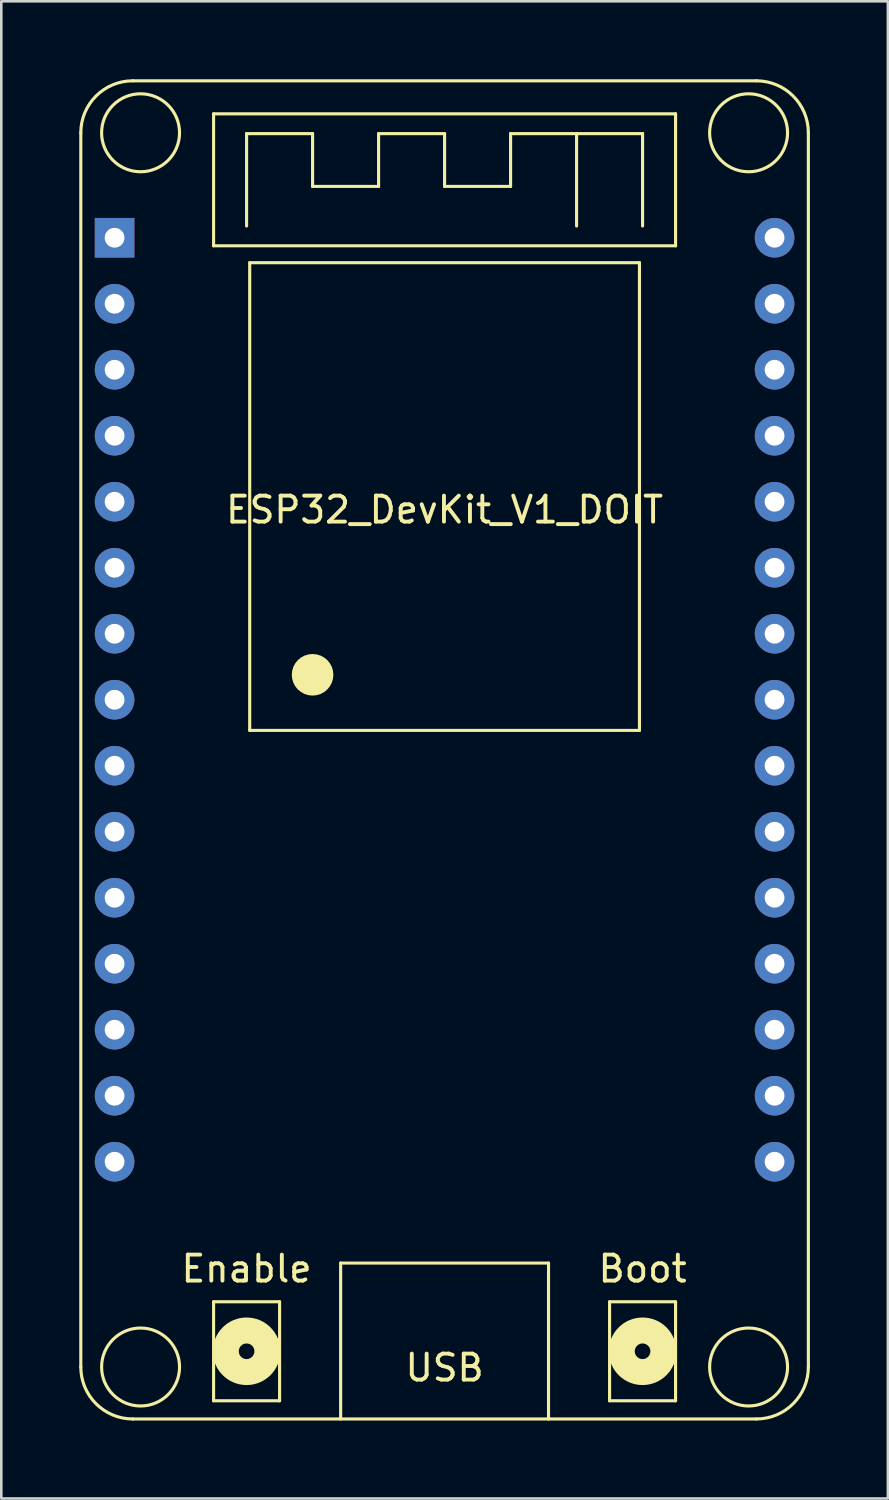
<source format=kicad_pcb>
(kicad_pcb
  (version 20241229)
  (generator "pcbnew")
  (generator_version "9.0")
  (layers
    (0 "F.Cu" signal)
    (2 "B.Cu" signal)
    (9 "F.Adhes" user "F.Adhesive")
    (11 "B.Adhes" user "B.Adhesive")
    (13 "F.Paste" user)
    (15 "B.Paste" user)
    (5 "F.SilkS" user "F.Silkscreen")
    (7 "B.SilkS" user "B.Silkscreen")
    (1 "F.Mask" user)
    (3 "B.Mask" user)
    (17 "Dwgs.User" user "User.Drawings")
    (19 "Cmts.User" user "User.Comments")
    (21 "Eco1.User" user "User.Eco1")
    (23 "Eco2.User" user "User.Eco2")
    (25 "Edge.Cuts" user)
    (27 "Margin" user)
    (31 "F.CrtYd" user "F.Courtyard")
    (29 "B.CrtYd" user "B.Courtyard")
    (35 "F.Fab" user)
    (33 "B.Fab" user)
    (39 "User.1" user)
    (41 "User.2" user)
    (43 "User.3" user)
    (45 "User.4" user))
  (footprint "ESP32_DevKit_V1_DOIT"
    (layer "F.Cu")
    (at 14.06 6.1)
    (property "Reference" "ESP32_DevKit_V1_DOIT" (at 0 10.47 0) (layer "F.SilkS") (effects (font (size 1 1) (thickness 0.15))))
    (attr smd)
    (fp_line (start -14 -4.04) (end -14 43.46) (stroke (width 0.12) (type solid)) (layer "F.SilkS"))
    (fp_line (start -12 -6.04) (end 12 -6.04) (stroke (width 0.12) (type solid)) (layer "F.SilkS"))
    (fp_line (start -12 45.46) (end 12 45.46) (stroke (width 0.12) (type solid)) (layer "F.SilkS"))
    (fp_line (start -8.89 -4.77) (end 8.89 -4.77) (stroke (width 0.12) (type solid)) (layer "F.SilkS"))
    (fp_line (start -8.89 0.31) (end -8.89 -4.77) (stroke (width 0.12) (type solid)) (layer "F.SilkS"))
    (fp_line (start -8.89 40.95) (end -6.35 40.95) (stroke (width 0.12) (type solid)) (layer "F.SilkS"))
    (fp_line (start -8.89 44.76) (end -8.89 40.95) (stroke (width 0.12) (type solid)) (layer "F.SilkS"))
    (fp_line (start -7.62 -4.008) (end -5.08 -4.008) (stroke (width 0.12) (type solid)) (layer "F.SilkS"))
    (fp_line (start -7.62 -0.452) (end -7.62 -4.008) (stroke (width 0.12) (type solid)) (layer "F.SilkS"))
    (fp_line (start -7.5 0.96) (end 7.5 0.96) (stroke (width 0.12) (type solid)) (layer "F.SilkS"))
    (fp_line (start -7.5 18.96) (end -7.5 0.96) (stroke (width 0.12) (type solid)) (layer "F.SilkS"))
    (fp_line (start -6.35 40.95) (end -6.35 44.76) (stroke (width 0.12) (type solid)) (layer "F.SilkS"))
    (fp_line (start -6.35 44.76) (end -8.89 44.76) (stroke (width 0.12) (type solid)) (layer "F.SilkS"))
    (fp_line (start -5.08 -4.008) (end -5.08 -1.976) (stroke (width 0.12) (type solid)) (layer "F.SilkS"))
    (fp_line (start -5.08 -1.976) (end -2.54 -1.976) (stroke (width 0.12) (type solid)) (layer "F.SilkS"))
    (fp_line (start -4 39.46) (end -4 45.46) (stroke (width 0.12) (type solid)) (layer "F.SilkS"))
    (fp_line (start -4 39.46) (end 4 39.46) (stroke (width 0.12) (type solid)) (layer "F.SilkS"))
    (fp_line (start -2.54 -4.008) (end 0 -4.008) (stroke (width 0.12) (type solid)) (layer "F.SilkS"))
    (fp_line (start -2.54 -1.976) (end -2.54 -4.008) (stroke (width 0.12) (type solid)) (layer "F.SilkS"))
    (fp_line (start 0 -4.008) (end 0 -1.976) (stroke (width 0.12) (type solid)) (layer "F.SilkS"))
    (fp_line (start 0 -1.976) (end 2.54 -1.976) (stroke (width 0.12) (type solid)) (layer "F.SilkS"))
    (fp_line (start 2.54 -4.008) (end 7.62 -4.008) (stroke (width 0.12) (type solid)) (layer "F.SilkS"))
    (fp_line (start 2.54 -1.976) (end 2.54 -4.008) (stroke (width 0.12) (type solid)) (layer "F.SilkS"))
    (fp_line (start 4 39.46) (end 4 45.46) (stroke (width 0.12) (type solid)) (layer "F.SilkS"))
    (fp_line (start 5.08 -4.008) (end 5.08 -0.452) (stroke (width 0.12) (type solid)) (layer "F.SilkS"))
    (fp_line (start 6.35 40.95) (end 8.89 40.95) (stroke (width 0.12) (type solid)) (layer "F.SilkS"))
    (fp_line (start 6.35 44.76) (end 6.35 40.95) (stroke (width 0.12) (type solid)) (layer "F.SilkS"))
    (fp_line (start 7.5 0.96) (end 7.5 18.96) (stroke (width 0.12) (type solid)) (layer "F.SilkS"))
    (fp_line (start 7.5 18.96) (end -7.5 18.96) (stroke (width 0.12) (type solid)) (layer "F.SilkS"))
    (fp_line (start 7.62 -4.008) (end 7.62 -0.452) (stroke (width 0.12) (type solid)) (layer "F.SilkS"))
    (fp_line (start 8.89 -4.77) (end 8.89 0.31) (stroke (width 0.12) (type solid)) (layer "F.SilkS"))
    (fp_line (start 8.89 0.31) (end -8.89 0.31) (stroke (width 0.12) (type solid)) (layer "F.SilkS"))
    (fp_line (start 8.89 40.95) (end 8.89 44.76) (stroke (width 0.12) (type solid)) (layer "F.SilkS"))
    (fp_line (start 8.89 44.76) (end 6.35 44.76) (stroke (width 0.12) (type solid)) (layer "F.SilkS"))
    (fp_line (start 14 43.46) (end 14 -4.04) (stroke (width 0.12) (type solid)) (layer "F.SilkS"))
    (fp_arc (start -14 -4.04) (mid -13.414214 -5.454214) (end -12 -6.04) (stroke (width 0.12) (type solid)) (layer "F.SilkS"))
    (fp_arc (start -12 45.46) (mid -13.414214 44.874214) (end -14 43.46) (stroke (width 0.12) (type solid)) (layer "F.SilkS"))
    (fp_arc (start 12 -6.04) (mid 13.414214 -5.454214) (end 14 -4.04) (stroke (width 0.12) (type solid)) (layer "F.SilkS"))
    (fp_arc (start 14 43.46) (mid 13.414214 44.874214) (end 12 45.46) (stroke (width 0.12) (type solid)) (layer "F.SilkS"))
    (fp_circle (center -11.7 -4.04) (end -10.2 -4.04) (stroke (width 0.12) (type solid)) (fill no) (layer "F.SilkS"))
    (fp_circle (center -11.7 43.46) (end -10.2 43.46) (stroke (width 0.12) (type solid)) (fill no) (layer "F.SilkS"))
    (fp_circle (center -7.62 42.855) (end -7.32 42.855) (stroke (width 1) (type solid)) (fill no) (layer "F.SilkS"))
    (fp_circle (center -5.08 16.82) (end -4.68 16.82) (stroke (width 0.8) (type solid)) (fill no) (layer "F.SilkS"))
    (fp_circle (center 7.62 42.855) (end 7.92 42.855) (stroke (width 1) (type solid)) (fill no) (layer "F.SilkS"))
    (fp_circle (center 11.7 -4.04) (end 13.2 -4.04) (stroke (width 0.12) (type solid)) (fill no) (layer "F.SilkS"))
    (fp_circle (center 11.7 43.46) (end 13.2 43.46) (stroke (width 0.12) (type solid)) (fill no) (layer "F.SilkS"))
    (fp_text user "Boot" (at 7.62 39.68 0) (layer "F.SilkS") (effects (font (size 1 1) (thickness 0.15))))
    (fp_text user "Enable" (at -7.62 39.68 0) (layer "F.SilkS") (effects (font (size 1 1) (thickness 0.15))))
    (fp_text user "USB" (at 0 43.49 0) (layer "F.SilkS") (effects (font (size 1 1) (thickness 0.15))))
    (pad "1" thru_hole rect (at -12.7 0) (size 1.524 1.524) (drill 0.762) (layers "*.Cu" "*.Mask"))
    (pad "2" thru_hole circle (at -12.7 2.54) (size 1.524 1.524) (drill 0.762) (layers "*.Cu" "*.Mask"))
    (pad "3" thru_hole circle (at -12.7 5.08) (size 1.524 1.524) (drill 0.762) (layers "*.Cu" "*.Mask"))
    (pad "4" thru_hole circle (at -12.7 7.62) (size 1.524 1.524) (drill 0.762) (layers "*.Cu" "*.Mask"))
    (pad "5" thru_hole circle (at -12.7 10.16) (size 1.524 1.524) (drill 0.762) (layers "*.Cu" "*.Mask"))
    (pad "6" thru_hole circle (at -12.7 12.7) (size 1.524 1.524) (drill 0.762) (layers "*.Cu" "*.Mask"))
    (pad "7" thru_hole circle (at -12.7 15.24) (size 1.524 1.524) (drill 0.762) (layers "*.Cu" "*.Mask"))
    (pad "8" thru_hole circle (at -12.7 17.78) (size 1.524 1.524) (drill 0.762) (layers "*.Cu" "*.Mask"))
    (pad "9" thru_hole circle (at -12.7 20.32) (size 1.524 1.524) (drill 0.762) (layers "*.Cu" "*.Mask"))
    (pad "10" thru_hole circle (at -12.7 22.86) (size 1.524 1.524) (drill 0.762) (layers "*.Cu" "*.Mask"))
    (pad "11" thru_hole circle (at -12.7 25.4) (size 1.524 1.524) (drill 0.762) (layers "*.Cu" "*.Mask"))
    (pad "12" thru_hole circle (at -12.7 27.94) (size 1.524 1.524) (drill 0.762) (layers "*.Cu" "*.Mask"))
    (pad "13" thru_hole circle (at -12.7 30.48) (size 1.524 1.524) (drill 0.762) (layers "*.Cu" "*.Mask"))
    (pad "14" thru_hole circle (at -12.7 33.02) (size 1.524 1.524) (drill 0.762) (layers "*.Cu" "*.Mask"))
    (pad "15" thru_hole circle (at -12.7 35.56) (size 1.524 1.524) (drill 0.762) (layers "*.Cu" "*.Mask"))
    (pad "16" thru_hole circle (at 12.7 35.56) (size 1.524 1.524) (drill 0.762) (layers "*.Cu" "*.Mask"))
    (pad "17" thru_hole circle (at 12.7 33.02) (size 1.524 1.524) (drill 0.762) (layers "*.Cu" "*.Mask"))
    (pad "18" thru_hole circle (at 12.7 30.48) (size 1.524 1.524) (drill 0.762) (layers "*.Cu" "*.Mask"))
    (pad "19" thru_hole circle (at 12.7 27.94) (size 1.524 1.524) (drill 0.762) (layers "*.Cu" "*.Mask"))
    (pad "20" thru_hole circle (at 12.7 25.4) (size 1.524 1.524) (drill 0.762) (layers "*.Cu" "*.Mask"))
    (pad "21" thru_hole circle (at 12.7 22.86) (size 1.524 1.524) (drill 0.762) (layers "*.Cu" "*.Mask"))
    (pad "22" thru_hole circle (at 12.7 20.32) (size 1.524 1.524) (drill 0.762) (layers "*.Cu" "*.Mask"))
    (pad "23" thru_hole circle (at 12.7 17.78) (size 1.524 1.524) (drill 0.762) (layers "*.Cu" "*.Mask"))
    (pad "24" thru_hole circle (at 12.7 15.24) (size 1.524 1.524) (drill 0.762) (layers "*.Cu" "*.Mask"))
    (pad "25" thru_hole circle (at 12.7 12.7) (size 1.524 1.524) (drill 0.762) (layers "*.Cu" "*.Mask"))
    (pad "26" thru_hole circle (at 12.7 10.16) (size 1.524 1.524) (drill 0.762) (layers "*.Cu" "*.Mask"))
    (pad "27" thru_hole circle (at 12.7 7.62) (size 1.524 1.524) (drill 0.762) (layers "*.Cu" "*.Mask"))
    (pad "28" thru_hole circle (at 12.7 5.08) (size 1.524 1.524) (drill 0.762) (layers "*.Cu" "*.Mask"))
    (pad "29" thru_hole circle (at 12.7 2.54) (size 1.524 1.524) (drill 0.762) (layers "*.Cu" "*.Mask"))
    (pad "30" thru_hole circle (at 12.7 0) (size 1.524 1.524) (drill 0.762) (layers "*.Cu" "*.Mask")))
  (gr_rect
    (start -3 -3)
    (end 31.12 54.62)
    (stroke (width 0.1) (type default))
    (fill no)
    (layer "Edge.Cuts")))
</source>
